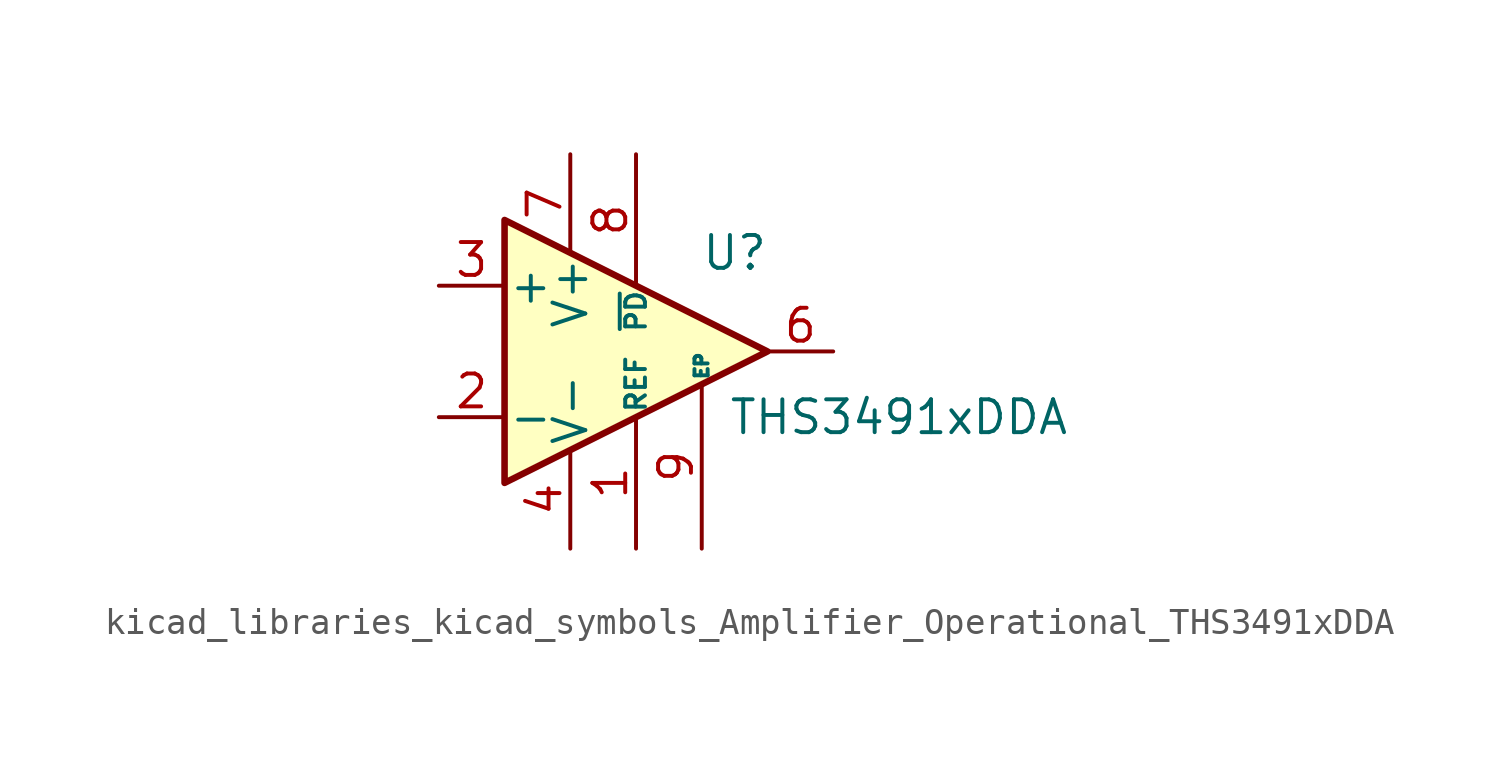
<source format=kicad_sym>
(kicad_symbol_lib
  (version 20220914)
  (generator kicad_symbol_editor)
  (symbol "kicad_libraries_kicad_symbols_Amplifier_Operational_THS3491xDDA"
    (pin_names
      (offset 0.127))
    (property "Reference" "U"
      (at 3.81 3.81 0)
      (effects (font (size 1.27 1.27))))
    (property "Value" "THS3491xDDA"
      (at 10.16 -2.54 0)
      (effects (font (size 1.27 1.27))))
    (symbol "kicad_libraries_kicad_symbols_Amplifier_Operational_THS3491xDDA_1_1"
      (polyline (pts (xy -5.08 5.08) (xy 5.08 0) (xy -5.08 -5.08) (xy -5.08 5.08)) (stroke (width 0.254) (type default)) (fill (type background)))
      (pin input line (at 0 -7.62 90) (length 5.08) (name "REF" (effects (font (size 0.762 0.762)))) (number "1" (effects (font (size 1.27 1.27)))))
      (pin input line (at -7.62 -2.54 0) (length 2.54) (name "-" (effects (font (size 1.27 1.27)))) (number "2" (effects (font (size 1.27 1.27)))))
      (pin input line (at -7.62 2.54 0) (length 2.54) (name "+" (effects (font (size 1.27 1.27)))) (number "3" (effects (font (size 1.27 1.27)))))
      (pin power_in line (at -2.54 -7.62 90) (length 3.81) (name "V-" (effects (font (size 1.27 1.27)))) (number "4" (effects (font (size 1.27 1.27)))))
      (pin no_connect line (at -5.08 0 0) (length 2.54) hide (name "NC" (effects (font (size 1.27 1.27)))) (number "5" (effects (font (size 1.27 1.27)))))
      (pin output line (at 7.62 0 180) (length 2.54) (name "~" (effects (font (size 1.27 1.27)))) (number "6" (effects (font (size 1.27 1.27)))))
      (pin power_in line (at -2.54 7.62 270) (length 3.81) (name "V+" (effects (font (size 1.27 1.27)))) (number "7" (effects (font (size 1.27 1.27)))))
      (pin input line (at 0 7.62 270) (length 5.08) (name "~{PD}" (effects (font (size 0.762 0.762)))) (number "8" (effects (font (size 1.27 1.27)))))
      (pin passive line (at 2.54 -7.62 90) (length 6.35) (name "EP" (effects (font (size 0.508 0.508)))) (number "9" (effects (font (size 1.27 1.27))))))))
</source>
